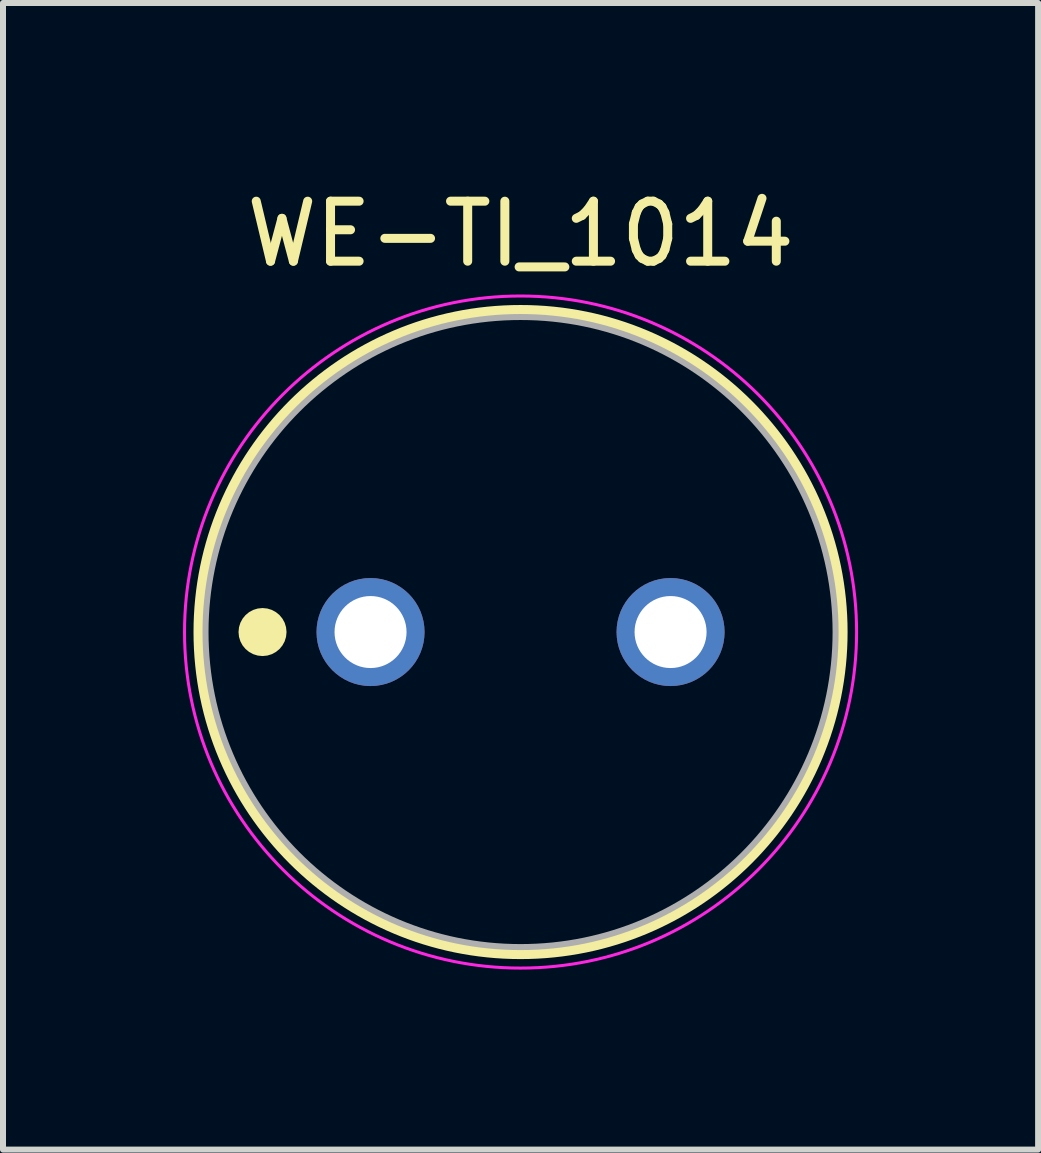
<source format=kicad_pcb>
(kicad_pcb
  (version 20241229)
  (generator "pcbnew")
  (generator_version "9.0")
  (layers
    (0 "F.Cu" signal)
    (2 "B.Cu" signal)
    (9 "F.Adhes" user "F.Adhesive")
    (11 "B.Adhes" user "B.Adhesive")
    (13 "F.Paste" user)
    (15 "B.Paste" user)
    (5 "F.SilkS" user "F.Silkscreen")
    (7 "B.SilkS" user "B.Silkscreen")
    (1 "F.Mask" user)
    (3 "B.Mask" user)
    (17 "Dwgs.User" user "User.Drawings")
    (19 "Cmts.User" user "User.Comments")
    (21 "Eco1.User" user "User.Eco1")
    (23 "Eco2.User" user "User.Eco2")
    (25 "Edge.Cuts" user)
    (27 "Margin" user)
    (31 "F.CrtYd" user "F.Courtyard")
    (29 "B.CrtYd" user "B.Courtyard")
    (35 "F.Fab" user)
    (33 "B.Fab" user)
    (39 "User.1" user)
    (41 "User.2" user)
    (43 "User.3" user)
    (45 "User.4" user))
  (footprint "WE-TI_1014"
    (layer "F.Cu")
    (at 5.625 7.483)
    (property "Reference" "WE-TI_1014" (at 0 -6.635 0) (layer "F.SilkS") (effects (font (size 1 1) (thickness 0.15))))
    (attr through_hole)
    (fp_circle (center -4.3 0) (end -4.1 0) (stroke (width 0.4) (type solid)) (fill no) (layer "F.SilkS"))
    (fp_circle (center 0 0) (end 5.35 0) (stroke (width 0.2) (type solid)) (fill no) (layer "F.SilkS"))
    (fp_circle (center 0 0) (end 5.6 0) (stroke (width 0.05) (type default)) (fill no) (layer "F.CrtYd"))
    (fp_circle (center 0 0) (end 5.25 0) (stroke (width 0.1) (type solid)) (fill no) (layer "F.Fab"))
    (pad "1" thru_hole circle (at -2.5 0) (size 1.8 1.8) (drill 1.2) (layers "*.Cu" "*.Mask"))
    (pad "2" thru_hole circle (at 2.5 0) (size 1.8 1.8) (drill 1.2) (layers "*.Cu" "*.Mask")))
  (gr_rect
    (start -3 -3)
    (end 14.25 16.108)
    (stroke (width 0.1) (type default))
    (fill no)
    (layer "Edge.Cuts")))
</source>
